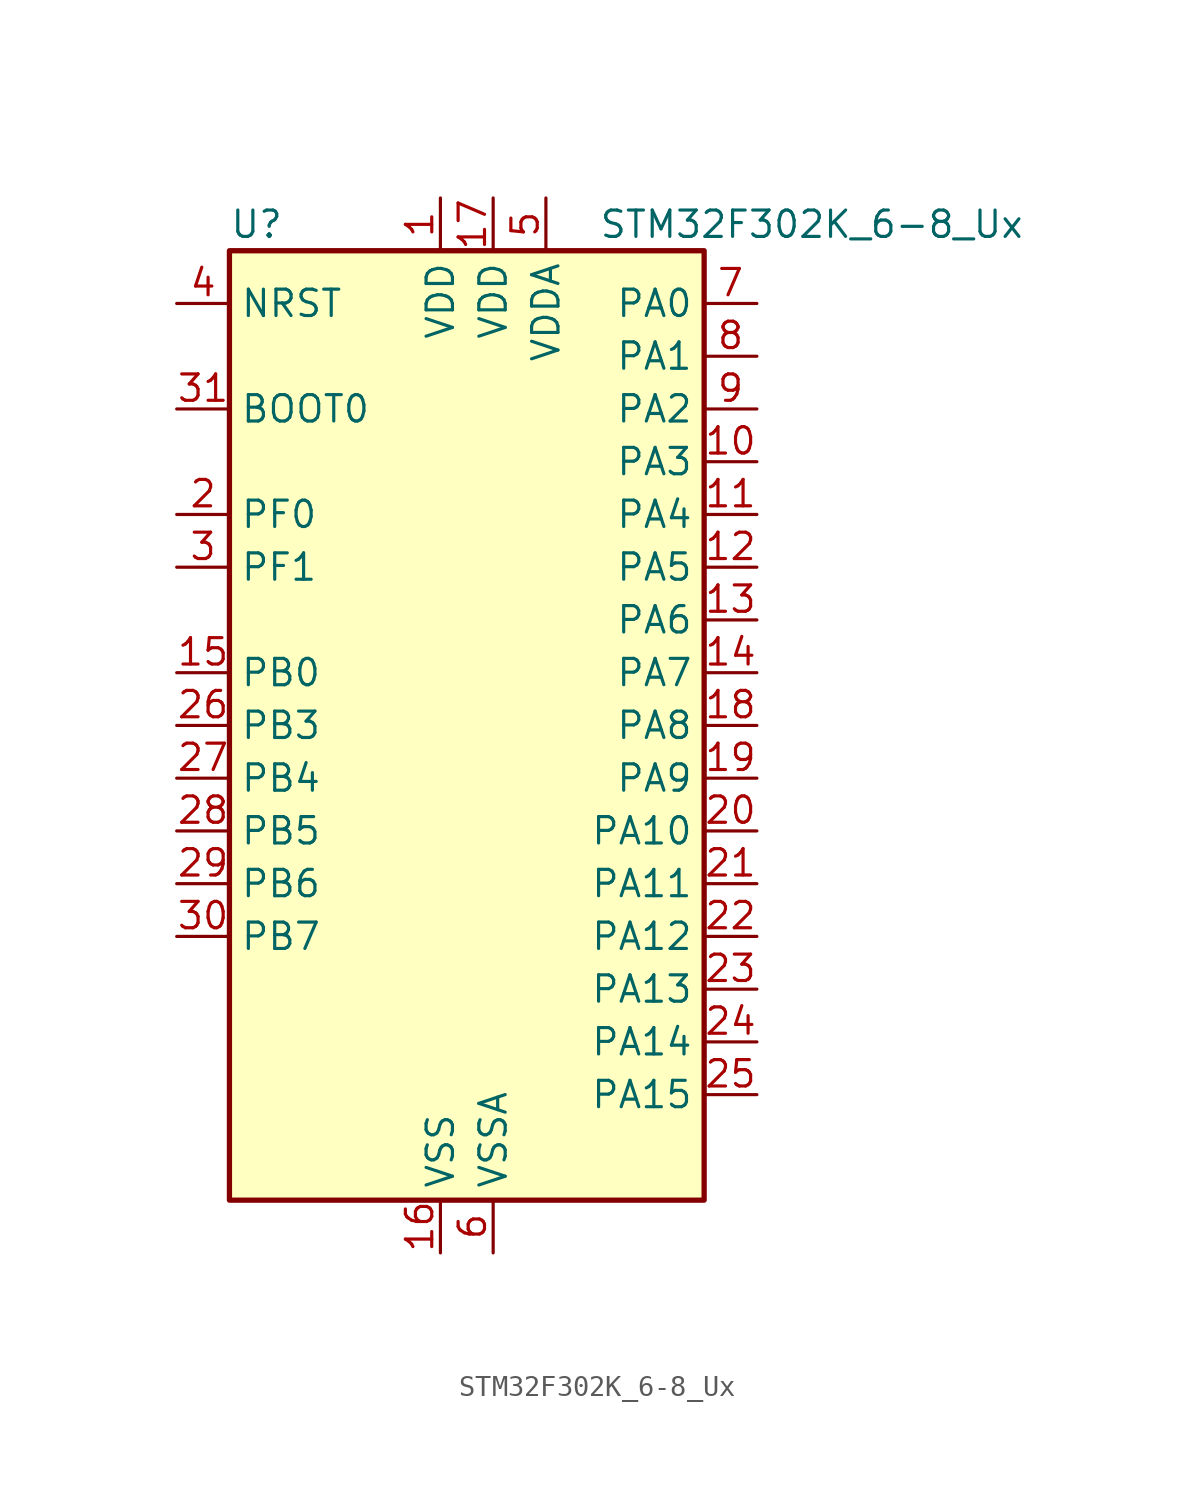
<source format=kicad_sym>
(kicad_symbol_lib
  (version 20220914)
  (generator kicad_symbol_editor)
  (symbol "STM32F302K_6-8_Ux"
    (property "Reference" "U"
      (at -10.16 24.13 0)
      (effects (font (size 1.27 1.27)) (justify left)))
    (property "Value" "STM32F302K_6-8_Ux"
      (at 7.62 24.13 0)
      (effects (font (size 1.27 1.27)) (justify left)))
    (property "ki_locked" ""
      (at 0 0 0)
      (effects (font (size 1.27 1.27))))
    (symbol "STM32F302K_6-8_Ux_0_1"
      (rectangle (start -10.16 -22.86) (end 12.7 22.86) (stroke (width 0.254) (type default)) (fill (type background))))
    (symbol "STM32F302K_6-8_Ux_1_1"
      (pin power_in line (at 0 25.4 270) (length 2.54) (name "VDD" (effects (font (size 1.27 1.27)))) (number "1" (effects (font (size 1.27 1.27)))))
      (pin bidirectional line (at 15.24 12.7 180) (length 2.54) (name "PA3" (effects (font (size 1.27 1.27)))) (number "10" (effects (font (size 1.27 1.27)))) (alternate "ADC1_IN4" bidirectional line) (alternate "TIM15_CH2" bidirectional line) (alternate "TIM2_CH4" bidirectional line) (alternate "TSC_G1_IO4" bidirectional line) (alternate "USART2_RX" bidirectional line))
      (pin bidirectional line (at 15.24 10.16 180) (length 2.54) (name "PA4" (effects (font (size 1.27 1.27)))) (number "11" (effects (font (size 1.27 1.27)))) (alternate "ADC1_IN5" bidirectional line) (alternate "COMP2_INM" bidirectional line) (alternate "COMP4_INM" bidirectional line) (alternate "DAC_OUT1" bidirectional line) (alternate "I2S3_WS" bidirectional line) (alternate "SPI3_NSS" bidirectional line) (alternate "TSC_G2_IO1" bidirectional line) (alternate "USART2_CK" bidirectional line))
      (pin bidirectional line (at 15.24 7.62 180) (length 2.54) (name "PA5" (effects (font (size 1.27 1.27)))) (number "12" (effects (font (size 1.27 1.27)))) (alternate "OPAMP2_VINM" bidirectional line) (alternate "OPAMP2_VINM_SEC" bidirectional line) (alternate "TIM2_CH1" bidirectional line) (alternate "TIM2_ETR" bidirectional line) (alternate "TSC_G2_IO2" bidirectional line))
      (pin bidirectional line (at 15.24 5.08 180) (length 2.54) (name "PA6" (effects (font (size 1.27 1.27)))) (number "13" (effects (font (size 1.27 1.27)))) (alternate "ADC1_IN10" bidirectional line) (alternate "OPAMP2_VOUT" bidirectional line) (alternate "TIM16_CH1" bidirectional line) (alternate "TIM1_BKIN" bidirectional line) (alternate "TSC_G2_IO3" bidirectional line))
      (pin bidirectional line (at 15.24 2.54 180) (length 2.54) (name "PA7" (effects (font (size 1.27 1.27)))) (number "14" (effects (font (size 1.27 1.27)))) (alternate "ADC1_IN15" bidirectional line) (alternate "COMP2_INP" bidirectional line) (alternate "OPAMP2_VINP" bidirectional line) (alternate "OPAMP2_VINP_SEC" bidirectional line) (alternate "TIM17_CH1" bidirectional line) (alternate "TIM1_CH1N" bidirectional line) (alternate "TSC_G2_IO4" bidirectional line))
      (pin bidirectional line (at -12.7 2.54 0) (length 2.54) (name "PB0" (effects (font (size 1.27 1.27)))) (number "15" (effects (font (size 1.27 1.27)))) (alternate "ADC1_IN11" bidirectional line) (alternate "COMP4_INP" bidirectional line) (alternate "OPAMP2_VINP" bidirectional line) (alternate "OPAMP2_VINP_SEC" bidirectional line) (alternate "TIM1_CH2N" bidirectional line) (alternate "TSC_G3_IO2" bidirectional line))
      (pin power_in line (at 0 -25.4 90) (length 2.54) (name "VSS" (effects (font (size 1.27 1.27)))) (number "16" (effects (font (size 1.27 1.27)))))
      (pin power_in line (at 2.54 25.4 270) (length 2.54) (name "VDD" (effects (font (size 1.27 1.27)))) (number "17" (effects (font (size 1.27 1.27)))))
      (pin bidirectional line (at 15.24 0 180) (length 2.54) (name "PA8" (effects (font (size 1.27 1.27)))) (number "18" (effects (font (size 1.27 1.27)))) (alternate "I2C2_SMBA" bidirectional line) (alternate "I2C3_SCL" bidirectional line) (alternate "I2S2_MCK" bidirectional line) (alternate "RCC_MCO" bidirectional line) (alternate "TIM1_CH1" bidirectional line) (alternate "USART1_CK" bidirectional line))
      (pin bidirectional line (at 15.24 -2.54 180) (length 2.54) (name "PA9" (effects (font (size 1.27 1.27)))) (number "19" (effects (font (size 1.27 1.27)))) (alternate "DAC_EXTI9" bidirectional line) (alternate "I2C2_SCL" bidirectional line) (alternate "I2C3_SMBA" bidirectional line) (alternate "I2S3_MCK" bidirectional line) (alternate "TIM15_BKIN" bidirectional line) (alternate "TIM1_CH2" bidirectional line) (alternate "TIM2_CH3" bidirectional line) (alternate "TSC_G4_IO1" bidirectional line) (alternate "USART1_TX" bidirectional line))
      (pin bidirectional line (at -12.7 10.16 0) (length 2.54) (name "PF0" (effects (font (size 1.27 1.27)))) (number "2" (effects (font (size 1.27 1.27)))) (alternate "I2C2_SDA" bidirectional line) (alternate "I2S2_WS" bidirectional line) (alternate "RCC_OSC_IN" bidirectional line) (alternate "SPI2_NSS" bidirectional line) (alternate "TIM1_CH3N" bidirectional line))
      (pin bidirectional line (at 15.24 -5.08 180) (length 2.54) (name "PA10" (effects (font (size 1.27 1.27)))) (number "20" (effects (font (size 1.27 1.27)))) (alternate "I2C2_SDA" bidirectional line) (alternate "I2S2_ext_SD" bidirectional line) (alternate "SPI2_MISO" bidirectional line) (alternate "TIM17_BKIN" bidirectional line) (alternate "TIM1_CH3" bidirectional line) (alternate "TIM2_CH4" bidirectional line) (alternate "TSC_G4_IO2" bidirectional line) (alternate "USART1_RX" bidirectional line))
      (pin bidirectional line (at 15.24 -7.62 180) (length 2.54) (name "PA11" (effects (font (size 1.27 1.27)))) (number "21" (effects (font (size 1.27 1.27)))) (alternate "ADC1_EXTI11" bidirectional line) (alternate "CAN_RX" bidirectional line) (alternate "I2S2_SD" bidirectional line) (alternate "SPI2_MOSI" bidirectional line) (alternate "TIM1_BKIN2" bidirectional line) (alternate "TIM1_CH1N" bidirectional line) (alternate "TIM1_CH4" bidirectional line) (alternate "USART1_CTS" bidirectional line) (alternate "USB_DM" bidirectional line))
      (pin bidirectional line (at 15.24 -10.16 180) (length 2.54) (name "PA12" (effects (font (size 1.27 1.27)))) (number "22" (effects (font (size 1.27 1.27)))) (alternate "CAN_TX" bidirectional line) (alternate "COMP2_OUT" bidirectional line) (alternate "I2S_CKIN" bidirectional line) (alternate "TIM16_CH1" bidirectional line) (alternate "TIM1_CH2N" bidirectional line) (alternate "TIM1_ETR" bidirectional line) (alternate "USART1_DE" bidirectional line) (alternate "USART1_RTS" bidirectional line) (alternate "USB_DP" bidirectional line))
      (pin bidirectional line (at 15.24 -12.7 180) (length 2.54) (name "PA13" (effects (font (size 1.27 1.27)))) (number "23" (effects (font (size 1.27 1.27)))) (alternate "IR_OUT" bidirectional line) (alternate "SYS_JTMS-SWDIO" bidirectional line) (alternate "TIM16_CH1N" bidirectional line) (alternate "TSC_G4_IO3" bidirectional line))
      (pin bidirectional line (at 15.24 -15.24 180) (length 2.54) (name "PA14" (effects (font (size 1.27 1.27)))) (number "24" (effects (font (size 1.27 1.27)))) (alternate "I2C1_SDA" bidirectional line) (alternate "SYS_JTCK-SWCLK" bidirectional line) (alternate "TIM1_BKIN" bidirectional line) (alternate "TSC_G4_IO4" bidirectional line) (alternate "USART2_TX" bidirectional line))
      (pin bidirectional line (at 15.24 -17.78 180) (length 2.54) (name "PA15" (effects (font (size 1.27 1.27)))) (number "25" (effects (font (size 1.27 1.27)))) (alternate "ADC1_EXTI15" bidirectional line) (alternate "I2C1_SCL" bidirectional line) (alternate "I2S3_WS" bidirectional line) (alternate "SPI3_NSS" bidirectional line) (alternate "SYS_JTDI" bidirectional line) (alternate "TIM1_BKIN" bidirectional line) (alternate "TIM2_CH1" bidirectional line) (alternate "TIM2_ETR" bidirectional line) (alternate "TSC_SYNC" bidirectional line) (alternate "USART2_RX" bidirectional line))
      (pin bidirectional line (at -12.7 0 0) (length 2.54) (name "PB3" (effects (font (size 1.27 1.27)))) (number "26" (effects (font (size 1.27 1.27)))) (alternate "I2S3_CK" bidirectional line) (alternate "SPI3_SCK" bidirectional line) (alternate "SYS_JTDO-TRACESWO" bidirectional line) (alternate "TIM2_CH2" bidirectional line) (alternate "TSC_G5_IO1" bidirectional line) (alternate "USART2_TX" bidirectional line))
      (pin bidirectional line (at -12.7 -2.54 0) (length 2.54) (name "PB4" (effects (font (size 1.27 1.27)))) (number "27" (effects (font (size 1.27 1.27)))) (alternate "I2S3_ext_SD" bidirectional line) (alternate "SPI3_MISO" bidirectional line) (alternate "SYS_NJTRST" bidirectional line) (alternate "TIM16_CH1" bidirectional line) (alternate "TIM17_BKIN" bidirectional line) (alternate "TSC_G5_IO2" bidirectional line) (alternate "USART2_RX" bidirectional line))
      (pin bidirectional line (at -12.7 -5.08 0) (length 2.54) (name "PB5" (effects (font (size 1.27 1.27)))) (number "28" (effects (font (size 1.27 1.27)))) (alternate "I2C1_SMBA" bidirectional line) (alternate "I2C3_SDA" bidirectional line) (alternate "I2S3_SD" bidirectional line) (alternate "SPI3_MOSI" bidirectional line) (alternate "TIM16_BKIN" bidirectional line) (alternate "TIM17_CH1" bidirectional line) (alternate "USART2_CK" bidirectional line))
      (pin bidirectional line (at -12.7 -7.62 0) (length 2.54) (name "PB6" (effects (font (size 1.27 1.27)))) (number "29" (effects (font (size 1.27 1.27)))) (alternate "I2C1_SCL" bidirectional line) (alternate "TIM16_CH1N" bidirectional line) (alternate "TSC_G5_IO3" bidirectional line) (alternate "USART1_TX" bidirectional line))
      (pin bidirectional line (at -12.7 7.62 0) (length 2.54) (name "PF1" (effects (font (size 1.27 1.27)))) (number "3" (effects (font (size 1.27 1.27)))) (alternate "I2C2_SCL" bidirectional line) (alternate "I2S2_CK" bidirectional line) (alternate "RCC_OSC_OUT" bidirectional line) (alternate "SPI2_SCK" bidirectional line))
      (pin bidirectional line (at -12.7 -10.16 0) (length 2.54) (name "PB7" (effects (font (size 1.27 1.27)))) (number "30" (effects (font (size 1.27 1.27)))) (alternate "I2C1_SDA" bidirectional line) (alternate "TIM17_CH1N" bidirectional line) (alternate "TSC_G5_IO4" bidirectional line) (alternate "USART1_RX" bidirectional line))
      (pin input line (at -12.7 15.24 0) (length 2.54) (name "BOOT0" (effects (font (size 1.27 1.27)))) (number "31" (effects (font (size 1.27 1.27)))))
      (pin passive line (at 0 -25.4 90) (length 2.54) hide (name "VSS" (effects (font (size 1.27 1.27)))) (number "32" (effects (font (size 1.27 1.27)))))
      (pin passive line (at 0 -25.4 90) (length 2.54) hide (name "VSS" (effects (font (size 1.27 1.27)))) (number "33" (effects (font (size 1.27 1.27)))))
      (pin input line (at -12.7 20.32 0) (length 2.54) (name "NRST" (effects (font (size 1.27 1.27)))) (number "4" (effects (font (size 1.27 1.27)))))
      (pin power_in line (at 5.08 25.4 270) (length 2.54) (name "VDDA" (effects (font (size 1.27 1.27)))) (number "5" (effects (font (size 1.27 1.27)))))
      (pin power_in line (at 2.54 -25.4 90) (length 2.54) (name "VSSA" (effects (font (size 1.27 1.27)))) (number "6" (effects (font (size 1.27 1.27)))))
      (pin bidirectional line (at 15.24 20.32 180) (length 2.54) (name "PA0" (effects (font (size 1.27 1.27)))) (number "7" (effects (font (size 1.27 1.27)))) (alternate "ADC1_IN1" bidirectional line) (alternate "RTC_TAMP2" bidirectional line) (alternate "SYS_WKUP1" bidirectional line) (alternate "TIM2_CH1" bidirectional line) (alternate "TIM2_ETR" bidirectional line) (alternate "TSC_G1_IO1" bidirectional line) (alternate "USART2_CTS" bidirectional line))
      (pin bidirectional line (at 15.24 17.78 180) (length 2.54) (name "PA1" (effects (font (size 1.27 1.27)))) (number "8" (effects (font (size 1.27 1.27)))) (alternate "ADC1_IN2" bidirectional line) (alternate "RTC_REFIN" bidirectional line) (alternate "TIM15_CH1N" bidirectional line) (alternate "TIM2_CH2" bidirectional line) (alternate "TSC_G1_IO2" bidirectional line) (alternate "USART2_DE" bidirectional line) (alternate "USART2_RTS" bidirectional line))
      (pin bidirectional line (at 15.24 15.24 180) (length 2.54) (name "PA2" (effects (font (size 1.27 1.27)))) (number "9" (effects (font (size 1.27 1.27)))) (alternate "ADC1_IN3" bidirectional line) (alternate "COMP2_INM" bidirectional line) (alternate "COMP2_OUT" bidirectional line) (alternate "TIM15_CH1" bidirectional line) (alternate "TIM2_CH3" bidirectional line) (alternate "TSC_G1_IO3" bidirectional line) (alternate "USART2_TX" bidirectional line)))))
</source>
